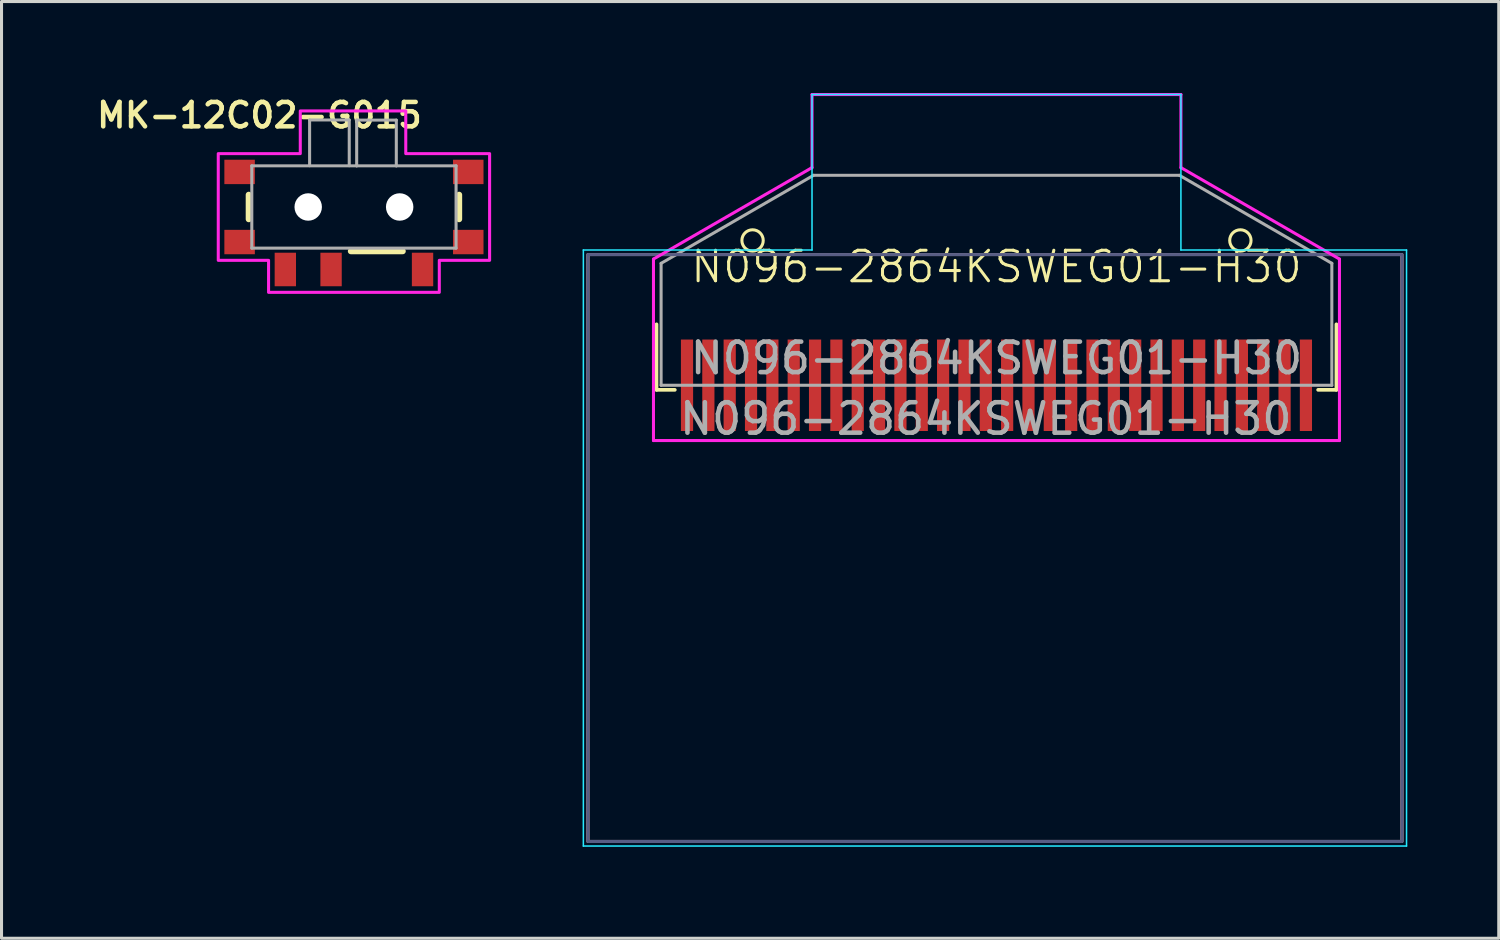
<source format=kicad_pcb>
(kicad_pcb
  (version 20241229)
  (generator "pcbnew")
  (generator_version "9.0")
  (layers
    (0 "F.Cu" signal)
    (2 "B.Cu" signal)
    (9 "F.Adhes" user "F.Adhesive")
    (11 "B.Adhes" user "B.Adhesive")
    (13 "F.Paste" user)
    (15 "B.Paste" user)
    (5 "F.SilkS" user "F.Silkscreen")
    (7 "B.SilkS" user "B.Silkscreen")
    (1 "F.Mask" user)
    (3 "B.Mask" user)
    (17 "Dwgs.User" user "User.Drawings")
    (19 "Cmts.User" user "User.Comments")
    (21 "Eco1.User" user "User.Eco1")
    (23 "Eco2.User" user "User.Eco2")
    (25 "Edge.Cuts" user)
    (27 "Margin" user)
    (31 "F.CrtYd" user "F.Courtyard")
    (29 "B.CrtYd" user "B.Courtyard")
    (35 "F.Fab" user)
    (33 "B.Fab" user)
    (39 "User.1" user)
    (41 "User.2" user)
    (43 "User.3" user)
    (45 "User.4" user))
  (footprint "MK-12C02-G015"
    (layer "F.Cu")
    (at 8.559 3.739)
    (property "Reference" "MK-12C02-G015" (at -3.1 -3.008 0) (layer "F.SilkS") (effects (font (size 0.8 0.8) (thickness 0.15))))
    (attr smd)
    (fp_line (start -3.45 -0.4) (end -3.45 0.4) (stroke (width 0.2) (type solid)) (layer "F.SilkS"))
    (fp_line (start -0.1 1.45) (end 1.6 1.45) (stroke (width 0.2) (type solid)) (layer "F.SilkS"))
    (fp_line (start 3.45 0.4) (end 3.45 -0.4) (stroke (width 0.2) (type solid)) (layer "F.SilkS"))
    (fp_poly (pts (xy -1.76 -3.15) (xy 1.7 -3.15) (xy 1.7 -1.75) (xy 4.45 -1.75) (xy 4.45 1.75) (xy 2.8 1.75) (xy 2.8 2.8) (xy -2.8 2.8) (xy -2.8 1.75) (xy -4.45 1.75) (xy -4.45 -1.75) (xy -1.76 -1.75)) (stroke (width 0.1) (type solid)) (fill no) (layer "F.CrtYd"))
    (fp_line (start -3.35 -1.35) (end 0.09 -1.35) (stroke (width 0.1) (type solid)) (layer "F.Fab"))
    (fp_line (start -3.35 1.35) (end -3.35 -1.35) (stroke (width 0.1) (type solid)) (layer "F.Fab"))
    (fp_line (start -1.454 -2.854) (end -0.154 -2.854) (stroke (width 0.1) (type solid)) (layer "F.Fab"))
    (fp_line (start -1.454 -1.354) (end -1.454 -2.854) (stroke (width 0.1) (type solid)) (layer "F.Fab"))
    (fp_line (start -0.154 -2.854) (end -0.154 -1.354) (stroke (width 0.1) (type solid)) (layer "F.Fab"))
    (fp_line (start 0.09 -2.85) (end 1.39 -2.85) (stroke (width 0.1) (type solid)) (layer "F.Fab"))
    (fp_line (start 0.09 -1.35) (end 0.09 -2.85) (stroke (width 0.1) (type solid)) (layer "F.Fab"))
    (fp_line (start 0.09 -1.35) (end 1.39 -1.35) (stroke (width 0.1) (type solid)) (layer "F.Fab"))
    (fp_line (start 1.39 -2.85) (end 1.39 -1.35) (stroke (width 0.1) (type solid)) (layer "F.Fab"))
    (fp_line (start 1.39 -1.35) (end 3.35 -1.35) (stroke (width 0.1) (type solid)) (layer "F.Fab"))
    (fp_line (start 3.35 -1.35) (end 3.35 1.35) (stroke (width 0.1) (type solid)) (layer "F.Fab"))
    (fp_line (start 3.35 1.35) (end -3.35 1.35) (stroke (width 0.1) (type solid)) (layer "F.Fab"))
    (pad "" np_thru_hole circle (at -1.5 0) (size 0.9 0.9) (drill 0.9) (layers "*.Cu" "*.Mask"))
    (pad "" np_thru_hole circle (at 1.5 0) (size 0.9 0.9) (drill 0.9) (layers "*.Cu" "*.Mask"))
    (pad "1" smd rect (at 2.25 2.05) (size 0.7 1.1) (layers "F.Cu" "F.Mask" "F.Paste"))
    (pad "2" smd rect (at -0.75 2.05) (size 0.7 1.1) (layers "F.Cu" "F.Mask" "F.Paste"))
    (pad "3" smd rect (at -2.25 2.05) (size 0.7 1.1) (layers "F.Cu" "F.Mask" "F.Paste"))
    (pad "MP" smd rect (at -3.75 -1.15) (size 1 0.8) (layers "F.Cu" "F.Mask" "F.Paste"))
    (pad "MP" smd rect (at -3.75 1.15) (size 1 0.8) (layers "F.Cu" "F.Mask" "F.Paste"))
    (pad "MP" smd rect (at 3.75 -1.15) (size 1 0.8) (layers "F.Cu" "F.Mask" "F.Paste"))
    (pad "MP" smd rect (at 3.75 1.15) (size 1 0.8) (layers "F.Cu" "F.Mask" "F.Paste")))
  (footprint "N096-2864KSWEG01-H30"
    (layer "F.Cu")
    (at 29.634 6.2)
    (property "Reference" "N096-2864KSWEG01-H30" (at 0 -0.5 0) (unlocked yes) (layer "F.SilkS") (effects (font (size 1 1) (thickness 0.1))))
    (attr smd)
    (fp_line (start -11.15 1.387) (end -11.15 3.537) (stroke (width 0.12) (type solid)) (layer "F.SilkS"))
    (fp_line (start -11.15 3.537) (end -10.55 3.537) (stroke (width 0.12) (type solid)) (layer "F.SilkS"))
    (fp_line (start 10.55 3.537) (end 11.15 3.537) (stroke (width 0.12) (type solid)) (layer "F.SilkS"))
    (fp_line (start 11.15 3.537) (end 11.15 1.387) (stroke (width 0.12) (type solid)) (layer "F.SilkS"))
    (fp_circle (center -8 -1.363) (end -7.65 -1.363) (stroke (width 0.1) (type solid)) (fill no) (layer "F.SilkS"))
    (fp_circle (center 8 -1.363) (end 8.35 -1.363) (stroke (width 0.1) (type solid)) (fill no) (layer "F.SilkS"))
    (fp_rect (start -13.4 -0.9) (end 13.3 18.35) (stroke (width 0.1) (type default)) (fill no) (layer "B.SilkS"))
    (fp_line (start -13.55 -1.05) (end -6.05 -1.05) (stroke (width 0.05) (type default)) (layer "B.CrtYd"))
    (fp_line (start -13.55 18.5) (end -13.55 -1.05) (stroke (width 0.05) (type default)) (layer "B.CrtYd"))
    (fp_line (start -6.05 -6.15) (end 6.05 -6.15) (stroke (width 0.05) (type default)) (layer "B.CrtYd"))
    (fp_line (start -6.05 -1.05) (end -6.05 -6.15) (stroke (width 0.05) (type default)) (layer "B.CrtYd"))
    (fp_line (start 6.05 -6.15) (end 6.05 -1.05) (stroke (width 0.05) (type default)) (layer "B.CrtYd"))
    (fp_line (start 13.45 -1.05) (end 6.05 -1.05) (stroke (width 0.05) (type default)) (layer "B.CrtYd"))
    (fp_line (start 13.45 -1.05) (end 13.45 18.5) (stroke (width 0.05) (type default)) (layer "B.CrtYd"))
    (fp_line (start 13.45 18.5) (end -13.55 18.5) (stroke (width 0.05) (type default)) (layer "B.CrtYd"))
    (fp_line (start -11.25 -0.753) (end -11.25 5.2) (stroke (width 0.1) (type solid)) (layer "F.CrtYd"))
    (fp_line (start -6.05 -6.15) (end 6.05 -6.15) (stroke (width 0.1) (type default)) (layer "F.CrtYd"))
    (fp_line (start -6.05 -3.753) (end -11.25 -0.753) (stroke (width 0.1) (type solid)) (layer "F.CrtYd"))
    (fp_line (start -6.05 -3.75) (end -6.05 -6.15) (stroke (width 0.1) (type default)) (layer "F.CrtYd"))
    (fp_line (start 6.05 -6.15) (end 6.05 -3.75) (stroke (width 0.1) (type default)) (layer "F.CrtYd"))
    (fp_line (start 6.05 -3.753) (end 11.25 -0.753) (stroke (width 0.1) (type solid)) (layer "F.CrtYd"))
    (fp_line (start 11.25 5.2) (end -11.25 5.2) (stroke (width 0.1) (type solid)) (layer "F.CrtYd"))
    (fp_line (start 11.25 5.2) (end 11.25 -0.753) (stroke (width 0.1) (type solid)) (layer "F.CrtYd"))
    (fp_rect (start -13.4 -0.9) (end 13.3 18.35) (stroke (width 0.1) (type default)) (fill no) (layer "B.Fab"))
    (fp_line (start -11 -0.613) (end -6 -3.5) (stroke (width 0.1) (type solid)) (layer "F.Fab"))
    (fp_line (start -11 3.387) (end -11 -0.613) (stroke (width 0.1) (type solid)) (layer "F.Fab"))
    (fp_line (start -11 3.387) (end 11 3.387) (stroke (width 0.1) (type solid)) (layer "F.Fab"))
    (fp_line (start -6 -3.5) (end 6 -3.5) (stroke (width 0.1) (type solid)) (layer "F.Fab"))
    (fp_line (start 11 -0.613) (end 6 -3.5) (stroke (width 0.1) (type solid)) (layer "F.Fab"))
    (fp_line (start 11 3.387) (end 11 -0.613) (stroke (width 0.1) (type solid)) (layer "F.Fab"))
    (fp_text user "${REFERENCE}" (at -0.35 4.487 0) (layer "F.Fab") (effects (font (size 1 1) (thickness 0.15))))
    (fp_text user "${REFERENCE}" (at 0 2.5 0) (unlocked yes) (layer "F.Fab") (effects (font (size 1 1) (thickness 0.15))))
    (pad "1" smd rect (at -10.15 3.387) (size 0.4 3) (layers "F.Cu" "F.Mask" "F.Paste"))
    (pad "2" smd rect (at -9.45 3.387) (size 0.4 3) (layers "F.Cu" "F.Mask" "F.Paste"))
    (pad "3" smd rect (at -8.75 3.387) (size 0.4 3) (layers "F.Cu" "F.Mask" "F.Paste"))
    (pad "4" smd rect (at -8.05 3.387) (size 0.4 3) (layers "F.Cu" "F.Mask" "F.Paste"))
    (pad "5" smd rect (at -7.35 3.387) (size 0.4 3) (layers "F.Cu" "F.Mask" "F.Paste"))
    (pad "6" smd rect (at -6.65 3.387) (size 0.4 3) (layers "F.Cu" "F.Mask" "F.Paste"))
    (pad "7" smd rect (at -5.95 3.387) (size 0.4 3) (layers "F.Cu" "F.Mask" "F.Paste"))
    (pad "8" smd rect (at -5.25 3.387) (size 0.4 3) (layers "F.Cu" "F.Mask" "F.Paste"))
    (pad "9" smd rect (at -4.55 3.387) (size 0.4 3) (layers "F.Cu" "F.Mask" "F.Paste"))
    (pad "10" smd rect (at -3.85 3.387) (size 0.4 3) (layers "F.Cu" "F.Mask" "F.Paste"))
    (pad "11" smd rect (at -3.15 3.387) (size 0.4 3) (layers "F.Cu" "F.Mask" "F.Paste"))
    (pad "12" smd rect (at -2.45 3.387) (size 0.4 3) (layers "F.Cu" "F.Mask" "F.Paste"))
    (pad "13" smd rect (at -1.75 3.387) (size 0.4 3) (layers "F.Cu" "F.Mask" "F.Paste"))
    (pad "14" smd rect (at -1.05 3.387) (size 0.4 3) (layers "F.Cu" "F.Mask" "F.Paste"))
    (pad "15" smd rect (at -0.35 3.387) (size 0.4 3) (layers "F.Cu" "F.Mask" "F.Paste"))
    (pad "16" smd rect (at 0.35 3.387) (size 0.4 3) (layers "F.Cu" "F.Mask" "F.Paste"))
    (pad "17" smd rect (at 1.05 3.387) (size 0.4 3) (layers "F.Cu" "F.Mask" "F.Paste"))
    (pad "18" smd rect (at 1.75 3.387) (size 0.4 3) (layers "F.Cu" "F.Mask" "F.Paste"))
    (pad "19" smd rect (at 2.45 3.387) (size 0.4 3) (layers "F.Cu" "F.Mask" "F.Paste"))
    (pad "20" smd rect (at 3.15 3.387) (size 0.4 3) (layers "F.Cu" "F.Mask" "F.Paste"))
    (pad "21" smd rect (at 3.85 3.387) (size 0.4 3) (layers "F.Cu" "F.Mask" "F.Paste"))
    (pad "22" smd rect (at 4.55 3.387) (size 0.4 3) (layers "F.Cu" "F.Mask" "F.Paste"))
    (pad "23" smd rect (at 5.25 3.387) (size 0.4 3) (layers "F.Cu" "F.Mask" "F.Paste"))
    (pad "24" smd rect (at 5.95 3.387) (size 0.4 3) (layers "F.Cu" "F.Mask" "F.Paste"))
    (pad "25" smd rect (at 6.65 3.387) (size 0.4 3) (layers "F.Cu" "F.Mask" "F.Paste"))
    (pad "26" smd rect (at 7.35 3.387) (size 0.4 3) (layers "F.Cu" "F.Mask" "F.Paste"))
    (pad "27" smd rect (at 8.05 3.387) (size 0.4 3) (layers "F.Cu" "F.Mask" "F.Paste"))
    (pad "28" smd rect (at 8.75 3.387) (size 0.4 3) (layers "F.Cu" "F.Mask" "F.Paste"))
    (pad "29" smd rect (at 9.45 3.387) (size 0.4 3) (layers "F.Cu" "F.Mask" "F.Paste"))
    (pad "30" smd rect (at 10.15 3.387) (size 0.4 3) (layers "F.Cu" "F.Mask" "F.Paste")))
  (gr_rect
    (start -3 -3)
    (end 46.109 27.725)
    (stroke (width 0.1) (type default))
    (fill no)
    (layer "Edge.Cuts")))
</source>
